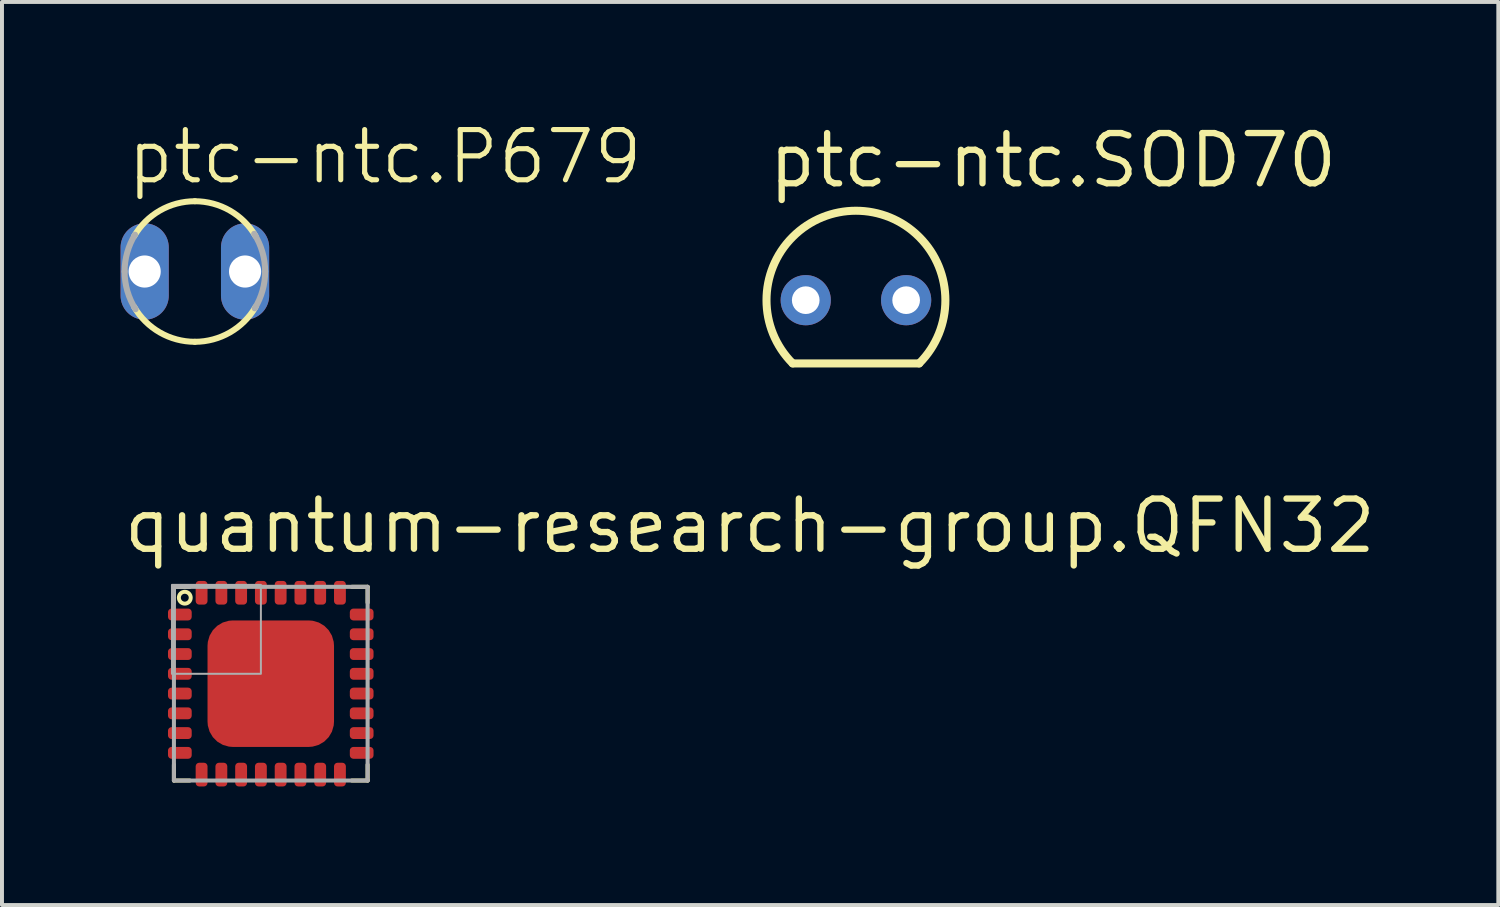
<source format=kicad_pcb>
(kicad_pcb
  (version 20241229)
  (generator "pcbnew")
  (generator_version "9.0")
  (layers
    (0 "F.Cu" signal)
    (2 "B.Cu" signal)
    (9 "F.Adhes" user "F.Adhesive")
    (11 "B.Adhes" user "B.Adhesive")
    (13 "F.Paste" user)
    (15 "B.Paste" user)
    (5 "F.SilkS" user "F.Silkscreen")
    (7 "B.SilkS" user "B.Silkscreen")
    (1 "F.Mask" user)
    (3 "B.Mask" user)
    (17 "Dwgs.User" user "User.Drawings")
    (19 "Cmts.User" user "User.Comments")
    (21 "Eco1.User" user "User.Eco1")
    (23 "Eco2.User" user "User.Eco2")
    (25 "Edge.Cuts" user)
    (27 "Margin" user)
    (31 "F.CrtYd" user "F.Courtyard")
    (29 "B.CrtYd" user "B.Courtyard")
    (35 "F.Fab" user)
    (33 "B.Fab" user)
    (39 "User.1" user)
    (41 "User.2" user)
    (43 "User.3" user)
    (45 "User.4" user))
  (footprint "ptc-ntc.SOD70"
    (layer "F.Cu")
    (at 18.604 4.544)
    (property "Reference" "ptc-ntc.SOD70" (at -2.286 -2.794 0) (layer "F.SilkS") (effects (font (size 1.27 1.27) (thickness 0.16)) (justify left bottom)))
    (attr through_hole)
    (fp_line (start -1.6 1.6) (end 1.6 1.6) (stroke (width 0.203) (type default)) (layer "F.SilkS"))
    (fp_arc (start -1.6 1.6) (mid 0 -2.262743) (end 1.6 1.6) (stroke (width 0.2032) (type default)) (layer "F.SilkS"))
    (pad "1" thru_hole circle (at -1.27 0) (size 1.27 1.27) (drill 0.7) (layers "*.Cu" "*.Mask"))
    (pad "2" thru_hole circle (at 1.27 0) (size 1.27 1.27) (drill 0.7) (layers "*.Cu" "*.Mask")))
  (footprint "ptc-ntc.P679"
    (layer "F.Cu")
    (at 1.88 3.819)
    (property "Reference" "ptc-ntc.P679" (at -1.778 -2.159 0) (layer "F.SilkS") (effects (font (size 1.27 1.27) (thickness 0.13)) (justify left bottom)))
    (attr through_hole)
    (fp_arc (start -1.5358 -0.8959) (mid -0.88555 -1.541787) (end 0 -1.778) (stroke (width 0.1524) (type default)) (layer "F.SilkS"))
    (fp_arc (start 0 -1.778) (mid 0.88555 -1.541787) (end 1.5358 -0.8959) (stroke (width 0.1524) (type default)) (layer "F.SilkS"))
    (fp_arc (start 0 1.778) (mid -0.88555 1.541787) (end -1.5358 0.8959) (stroke (width 0.1524) (type default)) (layer "F.SilkS"))
    (fp_arc (start 1.5358 0.8959) (mid 0.88555 1.541787) (end 0 1.778) (stroke (width 0.1524) (type default)) (layer "F.SilkS"))
    (fp_arc (start -1.778 0) (mid -1.710762 -0.484206) (end -1.5142 -0.9318) (stroke (width 0.1524) (type default)) (layer "F.Fab"))
    (fp_arc (start -1.5 0.9546) (mid -1.707084 0.497128) (end -1.778 0) (stroke (width 0.1524) (type default)) (layer "F.Fab"))
    (fp_arc (start 1.5 -0.9546) (mid 1.707084 -0.497128) (end 1.778 0) (stroke (width 0.1524) (type default)) (layer "F.Fab"))
    (fp_arc (start 1.778 0) (mid 1.710762 0.484206) (end 1.5142 0.9318) (stroke (width 0.1524) (type default)) (layer "F.Fab"))
    (pad "1" thru_hole oval (at -1.27 0 90) (size 2.438 1.219) (drill 0.813) (layers "*.Cu" "*.Mask"))
    (pad "2" thru_hole oval (at 1.27 0 90) (size 2.438 1.219) (drill 0.813) (layers "*.Cu" "*.Mask")))
  (footprint "quantum-research-group.QFN32"
    (layer "F.Cu")
    (at 3.8 14.246)
    (property "Reference" "quantum-research-group.QFN32" (at -3.8 -3.25 0) (layer "F.SilkS") (effects (font (size 1.27 1.27) (thickness 0.16)) (justify left bottom)))
    (attr smd)
    (fp_poly (pts (xy -2.55 -1.35) (xy -2.05 -1.35) (xy -2.05 -1.15) (xy -2.55 -1.15)) (stroke (width 0.102) (type default)) (fill yes) (layer "F.Mask"))
    (fp_poly (pts (xy -2.55 -0.85) (xy -2.05 -0.85) (xy -2.05 -0.65) (xy -2.55 -0.65)) (stroke (width 0.102) (type default)) (fill yes) (layer "F.Mask"))
    (fp_poly (pts (xy -2.55 -0.35) (xy -2.05 -0.35) (xy -2.05 -0.15) (xy -2.55 -0.15)) (stroke (width 0.102) (type default)) (fill yes) (layer "F.Mask"))
    (fp_poly (pts (xy -2.55 0.15) (xy -2.05 0.15) (xy -2.05 0.35) (xy -2.55 0.35)) (stroke (width 0.102) (type default)) (fill yes) (layer "F.Mask"))
    (fp_poly (pts (xy -2.55 0.65) (xy -2.05 0.65) (xy -2.05 0.85) (xy -2.55 0.85)) (stroke (width 0.102) (type default)) (fill yes) (layer "F.Mask"))
    (fp_poly (pts (xy -2.55 1.15) (xy -2.05 1.15) (xy -2.05 1.35) (xy -2.55 1.35)) (stroke (width 0.102) (type default)) (fill yes) (layer "F.Mask"))
    (fp_poly (pts (xy -1.35 2.55) (xy -1.35 2.05) (xy -1.15 2.05) (xy -1.15 2.55)) (stroke (width 0.102) (type default)) (fill yes) (layer "F.Mask"))
    (fp_poly (pts (xy -1.15 -2.55) (xy -1.15 -2.05) (xy -1.35 -2.05) (xy -1.35 -2.55)) (stroke (width 0.102) (type default)) (fill yes) (layer "F.Mask"))
    (fp_poly (pts (xy -0.85 2.55) (xy -0.85 2.05) (xy -0.65 2.05) (xy -0.65 2.55)) (stroke (width 0.102) (type default)) (fill yes) (layer "F.Mask"))
    (fp_poly (pts (xy -0.65 -2.55) (xy -0.65 -2.05) (xy -0.85 -2.05) (xy -0.85 -2.55)) (stroke (width 0.102) (type default)) (fill yes) (layer "F.Mask"))
    (fp_poly (pts (xy -0.35 2.55) (xy -0.35 2.05) (xy -0.15 2.05) (xy -0.15 2.55)) (stroke (width 0.102) (type default)) (fill yes) (layer "F.Mask"))
    (fp_poly (pts (xy -0.15 -2.55) (xy -0.15 -2.05) (xy -0.35 -2.05) (xy -0.35 -2.55)) (stroke (width 0.102) (type default)) (fill yes) (layer "F.Mask"))
    (fp_poly (pts (xy 0.15 2.55) (xy 0.15 2.05) (xy 0.35 2.05) (xy 0.35 2.55)) (stroke (width 0.102) (type default)) (fill yes) (layer "F.Mask"))
    (fp_poly (pts (xy 0.35 -2.55) (xy 0.35 -2.05) (xy 0.15 -2.05) (xy 0.15 -2.55)) (stroke (width 0.102) (type default)) (fill yes) (layer "F.Mask"))
    (fp_poly (pts (xy 0.65 2.55) (xy 0.65 2.05) (xy 0.85 2.05) (xy 0.85 2.55)) (stroke (width 0.102) (type default)) (fill yes) (layer "F.Mask"))
    (fp_poly (pts (xy 0.85 -2.55) (xy 0.85 -2.05) (xy 0.65 -2.05) (xy 0.65 -2.55)) (stroke (width 0.102) (type default)) (fill yes) (layer "F.Mask"))
    (fp_poly (pts (xy 1.15 2.55) (xy 1.15 2.05) (xy 1.35 2.05) (xy 1.35 2.55)) (stroke (width 0.102) (type default)) (fill yes) (layer "F.Mask"))
    (fp_poly (pts (xy 1.35 -2.55) (xy 1.35 -2.05) (xy 1.15 -2.05) (xy 1.15 -2.55)) (stroke (width 0.102) (type default)) (fill yes) (layer "F.Mask"))
    (fp_poly (pts (xy 2.55 -1.15) (xy 2.05 -1.15) (xy 2.05 -1.35) (xy 2.55 -1.35)) (stroke (width 0.102) (type default)) (fill yes) (layer "F.Mask"))
    (fp_poly (pts (xy 2.55 -0.65) (xy 2.05 -0.65) (xy 2.05 -0.85) (xy 2.55 -0.85)) (stroke (width 0.102) (type default)) (fill yes) (layer "F.Mask"))
    (fp_poly (pts (xy 2.55 -0.15) (xy 2.05 -0.15) (xy 2.05 -0.35) (xy 2.55 -0.35)) (stroke (width 0.102) (type default)) (fill yes) (layer "F.Mask"))
    (fp_poly (pts (xy 2.55 0.35) (xy 2.05 0.35) (xy 2.05 0.15) (xy 2.55 0.15)) (stroke (width 0.102) (type default)) (fill yes) (layer "F.Mask"))
    (fp_poly (pts (xy 2.55 0.85) (xy 2.05 0.85) (xy 2.05 0.65) (xy 2.55 0.65)) (stroke (width 0.102) (type default)) (fill yes) (layer "F.Mask"))
    (fp_poly (pts (xy 2.55 1.35) (xy 2.05 1.35) (xy 2.05 1.15) (xy 2.55 1.15)) (stroke (width 0.102) (type default)) (fill yes) (layer "F.Mask"))
    (fp_poly (pts (xy -2.55 -1.85) (xy -2.1 -1.85) (xy -2.05 -1.8) (xy -2.05 -1.65) (xy -2.55 -1.65)) (stroke (width 0.102) (type default)) (fill yes) (layer "F.Mask"))
    (fp_poly (pts (xy -2.55 1.85) (xy -2.1 1.85) (xy -2.05 1.8) (xy -2.05 1.65) (xy -2.55 1.65)) (stroke (width 0.102) (type default)) (fill yes) (layer "F.Mask"))
    (fp_poly (pts (xy -1.85 -2.55) (xy -1.85 -2.1) (xy -1.8 -2.05) (xy -1.65 -2.05) (xy -1.65 -2.55)) (stroke (width 0.102) (type default)) (fill yes) (layer "F.Mask"))
    (fp_poly (pts (xy -1.85 2.55) (xy -1.85 2.1) (xy -1.8 2.05) (xy -1.65 2.05) (xy -1.65 2.55)) (stroke (width 0.102) (type default)) (fill yes) (layer "F.Mask"))
    (fp_poly (pts (xy -1.325 -1.175) (xy -1.175 -1.325) (xy 1.325 -1.325) (xy 1.325 1.325) (xy -1.325 1.325)) (stroke (width 0.5) (type default)) (fill yes) (layer "F.Mask"))
    (fp_poly (pts (xy 1.85 -2.55) (xy 1.85 -2.1) (xy 1.8 -2.05) (xy 1.65 -2.05) (xy 1.65 -2.55)) (stroke (width 0.102) (type default)) (fill yes) (layer "F.Mask"))
    (fp_poly (pts (xy 1.85 2.55) (xy 1.85 2.1) (xy 1.8 2.05) (xy 1.65 2.05) (xy 1.65 2.55)) (stroke (width 0.102) (type default)) (fill yes) (layer "F.Mask"))
    (fp_poly (pts (xy 2.55 -1.85) (xy 2.1 -1.85) (xy 2.05 -1.8) (xy 2.05 -1.65) (xy 2.55 -1.65)) (stroke (width 0.102) (type default)) (fill yes) (layer "F.Mask"))
    (fp_poly (pts (xy 2.55 1.85) (xy 2.1 1.85) (xy 2.05 1.8) (xy 2.05 1.65) (xy 2.55 1.65)) (stroke (width 0.102) (type default)) (fill yes) (layer "F.Mask"))
    (fp_line (start -2.45 -2.45) (end -2.05 -2.45) (stroke (width 0.102) (type default)) (layer "F.SilkS"))
    (fp_line (start -2.45 -2.05) (end -2.45 -2.45) (stroke (width 0.102) (type default)) (layer "F.SilkS"))
    (fp_line (start -2.45 2.45) (end -2.45 2.05) (stroke (width 0.102) (type default)) (layer "F.SilkS"))
    (fp_line (start -2.05 2.45) (end -2.45 2.45) (stroke (width 0.102) (type default)) (layer "F.SilkS"))
    (fp_line (start 2.05 -2.45) (end 2.45 -2.45) (stroke (width 0.102) (type default)) (layer "F.SilkS"))
    (fp_line (start 2.45 -2.45) (end 2.45 -2.05) (stroke (width 0.102) (type default)) (layer "F.SilkS"))
    (fp_line (start 2.45 2.05) (end 2.45 2.45) (stroke (width 0.102) (type default)) (layer "F.SilkS"))
    (fp_line (start 2.45 2.45) (end 2.05 2.45) (stroke (width 0.102) (type default)) (layer "F.SilkS"))
    (fp_circle (center -2.175 -2.175) (end -2.025 -2.175) (stroke (width 0.1) (type default)) (fill no) (layer "F.SilkS"))
    (fp_rect (start -1.3 -1.1) (end -0.7 -1.4) (stroke (width 0.05) (type default)) (fill yes) (layer "F.Paste"))
    (fp_rect (start -1.3 -0.6) (end -0.7 -0.9) (stroke (width 0.05) (type default)) (fill yes) (layer "F.Paste"))
    (fp_rect (start -1.3 -0.1) (end -0.7 -0.4) (stroke (width 0.05) (type default)) (fill yes) (layer "F.Paste"))
    (fp_rect (start -1.3 0.4) (end -0.7 0.1) (stroke (width 0.05) (type default)) (fill yes) (layer "F.Paste"))
    (fp_rect (start -1.3 0.9) (end -0.7 0.6) (stroke (width 0.05) (type default)) (fill yes) (layer "F.Paste"))
    (fp_rect (start -1.3 1.4) (end -0.7 1.1) (stroke (width 0.05) (type default)) (fill yes) (layer "F.Paste"))
    (fp_rect (start -0.3 -1.1) (end 0.3 -1.4) (stroke (width 0.05) (type default)) (fill yes) (layer "F.Paste"))
    (fp_rect (start -0.3 -0.6) (end 0.3 -0.9) (stroke (width 0.05) (type default)) (fill yes) (layer "F.Paste"))
    (fp_rect (start -0.3 -0.1) (end 0.3 -0.4) (stroke (width 0.05) (type default)) (fill yes) (layer "F.Paste"))
    (fp_rect (start -0.3 0.4) (end 0.3 0.1) (stroke (width 0.05) (type default)) (fill yes) (layer "F.Paste"))
    (fp_rect (start -0.3 0.9) (end 0.3 0.6) (stroke (width 0.05) (type default)) (fill yes) (layer "F.Paste"))
    (fp_rect (start -0.3 1.4) (end 0.3 1.1) (stroke (width 0.05) (type default)) (fill yes) (layer "F.Paste"))
    (fp_rect (start 0.7 -1.1) (end 1.3 -1.4) (stroke (width 0.05) (type default)) (fill yes) (layer "F.Paste"))
    (fp_rect (start 0.7 -0.6) (end 1.3 -0.9) (stroke (width 0.05) (type default)) (fill yes) (layer "F.Paste"))
    (fp_rect (start 0.7 -0.1) (end 1.3 -0.4) (stroke (width 0.05) (type default)) (fill yes) (layer "F.Paste"))
    (fp_rect (start 0.7 0.4) (end 1.3 0.1) (stroke (width 0.05) (type default)) (fill yes) (layer "F.Paste"))
    (fp_rect (start 0.7 0.9) (end 1.3 0.6) (stroke (width 0.05) (type default)) (fill yes) (layer "F.Paste"))
    (fp_rect (start 0.7 1.4) (end 1.3 1.1) (stroke (width 0.05) (type default)) (fill yes) (layer "F.Paste"))
    (fp_poly (pts (xy -2.525 -1.325) (xy -2.075 -1.325) (xy -2.075 -1.175) (xy -2.525 -1.175)) (stroke (width 0.102) (type default)) (fill yes) (layer "F.Paste"))
    (fp_poly (pts (xy -2.525 -0.825) (xy -2.075 -0.825) (xy -2.075 -0.675) (xy -2.525 -0.675)) (stroke (width 0.102) (type default)) (fill yes) (layer "F.Paste"))
    (fp_poly (pts (xy -2.525 -0.325) (xy -2.075 -0.325) (xy -2.075 -0.175) (xy -2.525 -0.175)) (stroke (width 0.102) (type default)) (fill yes) (layer "F.Paste"))
    (fp_poly (pts (xy -2.525 0.175) (xy -2.075 0.175) (xy -2.075 0.325) (xy -2.525 0.325)) (stroke (width 0.102) (type default)) (fill yes) (layer "F.Paste"))
    (fp_poly (pts (xy -2.525 0.675) (xy -2.075 0.675) (xy -2.075 0.825) (xy -2.525 0.825)) (stroke (width 0.102) (type default)) (fill yes) (layer "F.Paste"))
    (fp_poly (pts (xy -2.525 1.175) (xy -2.075 1.175) (xy -2.075 1.325) (xy -2.525 1.325)) (stroke (width 0.102) (type default)) (fill yes) (layer "F.Paste"))
    (fp_poly (pts (xy -1.325 2.525) (xy -1.325 2.075) (xy -1.175 2.075) (xy -1.175 2.525)) (stroke (width 0.102) (type default)) (fill yes) (layer "F.Paste"))
    (fp_poly (pts (xy -1.175 -2.525) (xy -1.175 -2.075) (xy -1.325 -2.075) (xy -1.325 -2.525)) (stroke (width 0.102) (type default)) (fill yes) (layer "F.Paste"))
    (fp_poly (pts (xy -0.825 2.525) (xy -0.825 2.075) (xy -0.675 2.075) (xy -0.675 2.525)) (stroke (width 0.102) (type default)) (fill yes) (layer "F.Paste"))
    (fp_poly (pts (xy -0.675 -2.525) (xy -0.675 -2.075) (xy -0.825 -2.075) (xy -0.825 -2.525)) (stroke (width 0.102) (type default)) (fill yes) (layer "F.Paste"))
    (fp_poly (pts (xy -0.325 2.525) (xy -0.325 2.075) (xy -0.175 2.075) (xy -0.175 2.525)) (stroke (width 0.102) (type default)) (fill yes) (layer "F.Paste"))
    (fp_poly (pts (xy -0.175 -2.525) (xy -0.175 -2.075) (xy -0.325 -2.075) (xy -0.325 -2.525)) (stroke (width 0.102) (type default)) (fill yes) (layer "F.Paste"))
    (fp_poly (pts (xy 0.175 2.525) (xy 0.175 2.075) (xy 0.325 2.075) (xy 0.325 2.525)) (stroke (width 0.102) (type default)) (fill yes) (layer "F.Paste"))
    (fp_poly (pts (xy 0.325 -2.525) (xy 0.325 -2.075) (xy 0.175 -2.075) (xy 0.175 -2.525)) (stroke (width 0.102) (type default)) (fill yes) (layer "F.Paste"))
    (fp_poly (pts (xy 0.675 2.525) (xy 0.675 2.075) (xy 0.825 2.075) (xy 0.825 2.525)) (stroke (width 0.102) (type default)) (fill yes) (layer "F.Paste"))
    (fp_poly (pts (xy 0.825 -2.525) (xy 0.825 -2.075) (xy 0.675 -2.075) (xy 0.675 -2.525)) (stroke (width 0.102) (type default)) (fill yes) (layer "F.Paste"))
    (fp_poly (pts (xy 1.175 2.525) (xy 1.175 2.075) (xy 1.325 2.075) (xy 1.325 2.525)) (stroke (width 0.102) (type default)) (fill yes) (layer "F.Paste"))
    (fp_poly (pts (xy 1.325 -2.525) (xy 1.325 -2.075) (xy 1.175 -2.075) (xy 1.175 -2.525)) (stroke (width 0.102) (type default)) (fill yes) (layer "F.Paste"))
    (fp_poly (pts (xy 2.525 -1.175) (xy 2.075 -1.175) (xy 2.075 -1.325) (xy 2.525 -1.325)) (stroke (width 0.102) (type default)) (fill yes) (layer "F.Paste"))
    (fp_poly (pts (xy 2.525 -0.675) (xy 2.075 -0.675) (xy 2.075 -0.825) (xy 2.525 -0.825)) (stroke (width 0.102) (type default)) (fill yes) (layer "F.Paste"))
    (fp_poly (pts (xy 2.525 -0.175) (xy 2.075 -0.175) (xy 2.075 -0.325) (xy 2.525 -0.325)) (stroke (width 0.102) (type default)) (fill yes) (layer "F.Paste"))
    (fp_poly (pts (xy 2.525 0.325) (xy 2.075 0.325) (xy 2.075 0.175) (xy 2.525 0.175)) (stroke (width 0.102) (type default)) (fill yes) (layer "F.Paste"))
    (fp_poly (pts (xy 2.525 0.825) (xy 2.075 0.825) (xy 2.075 0.675) (xy 2.525 0.675)) (stroke (width 0.102) (type default)) (fill yes) (layer "F.Paste"))
    (fp_poly (pts (xy 2.525 1.325) (xy 2.075 1.325) (xy 2.075 1.175) (xy 2.525 1.175)) (stroke (width 0.102) (type default)) (fill yes) (layer "F.Paste"))
    (fp_poly (pts (xy -2.525 -1.825) (xy -2.125 -1.825) (xy -2.075 -1.775) (xy -2.075 -1.675) (xy -2.525 -1.675)) (stroke (width 0.102) (type default)) (fill yes) (layer "F.Paste"))
    (fp_poly (pts (xy -2.525 1.825) (xy -2.125 1.825) (xy -2.075 1.775) (xy -2.075 1.675) (xy -2.525 1.675)) (stroke (width 0.102) (type default)) (fill yes) (layer "F.Paste"))
    (fp_poly (pts (xy -1.825 -2.525) (xy -1.825 -2.125) (xy -1.775 -2.075) (xy -1.675 -2.075) (xy -1.675 -2.525)) (stroke (width 0.102) (type default)) (fill yes) (layer "F.Paste"))
    (fp_poly (pts (xy -1.825 2.525) (xy -1.825 2.125) (xy -1.775 2.075) (xy -1.675 2.075) (xy -1.675 2.525)) (stroke (width 0.102) (type default)) (fill yes) (layer "F.Paste"))
    (fp_poly (pts (xy 1.825 -2.525) (xy 1.825 -2.125) (xy 1.775 -2.075) (xy 1.675 -2.075) (xy 1.675 -2.525)) (stroke (width 0.102) (type default)) (fill yes) (layer "F.Paste"))
    (fp_poly (pts (xy 1.825 2.525) (xy 1.825 2.125) (xy 1.775 2.075) (xy 1.675 2.075) (xy 1.675 2.525)) (stroke (width 0.102) (type default)) (fill yes) (layer "F.Paste"))
    (fp_poly (pts (xy 2.525 -1.825) (xy 2.125 -1.825) (xy 2.075 -1.775) (xy 2.075 -1.675) (xy 2.525 -1.675)) (stroke (width 0.102) (type default)) (fill yes) (layer "F.Paste"))
    (fp_poly (pts (xy 2.525 1.825) (xy 2.125 1.825) (xy 2.075 1.775) (xy 2.075 1.675) (xy 2.525 1.675)) (stroke (width 0.102) (type default)) (fill yes) (layer "F.Paste"))
    (fp_line (start -2.45 -2.45) (end 2.45 -2.45) (stroke (width 0.102) (type default)) (layer "F.Fab"))
    (fp_line (start -2.45 2.45) (end -2.45 -2.45) (stroke (width 0.102) (type default)) (layer "F.Fab"))
    (fp_line (start 2.45 -2.45) (end 2.45 2.45) (stroke (width 0.102) (type default)) (layer "F.Fab"))
    (fp_line (start 2.45 2.45) (end -2.45 2.45) (stroke (width 0.102) (type default)) (layer "F.Fab"))
    (fp_rect (start -2.5 -0.25) (end -0.25 -2.5) (stroke (width 0.05) (type default)) (fill no) (layer "F.Fab"))
    (pad "1" smd roundrect (at -2.3 -1.75) (size 0.6 0.3) (layers "F.Cu" "F.Mask" "F.Paste") (roundrect_rratio 0.3))
    (pad "2" smd roundrect (at -2.3 -1.25) (size 0.6 0.3) (layers "F.Cu" "F.Mask" "F.Paste") (roundrect_rratio 0.3))
    (pad "3" smd roundrect (at -2.3 -0.75) (size 0.6 0.3) (layers "F.Cu" "F.Mask" "F.Paste") (roundrect_rratio 0.3))
    (pad "4" smd roundrect (at -2.3 -0.25) (size 0.6 0.3) (layers "F.Cu" "F.Mask" "F.Paste") (roundrect_rratio 0.3))
    (pad "5" smd roundrect (at -2.3 0.25) (size 0.6 0.3) (layers "F.Cu" "F.Mask" "F.Paste") (roundrect_rratio 0.3))
    (pad "6" smd roundrect (at -2.3 0.75) (size 0.6 0.3) (layers "F.Cu" "F.Mask" "F.Paste") (roundrect_rratio 0.3))
    (pad "7" smd roundrect (at -2.3 1.25) (size 0.6 0.3) (layers "F.Cu" "F.Mask" "F.Paste") (roundrect_rratio 0.3))
    (pad "8" smd roundrect (at -2.3 1.75) (size 0.6 0.3) (layers "F.Cu" "F.Mask" "F.Paste") (roundrect_rratio 0.3))
    (pad "9" smd roundrect (at -1.75 2.3 90) (size 0.6 0.3) (layers "F.Cu" "F.Mask" "F.Paste") (roundrect_rratio 0.3))
    (pad "10" smd roundrect (at -1.25 2.3 90) (size 0.6 0.3) (layers "F.Cu" "F.Mask" "F.Paste") (roundrect_rratio 0.3))
    (pad "11" smd roundrect (at -0.75 2.3 90) (size 0.6 0.3) (layers "F.Cu" "F.Mask" "F.Paste") (roundrect_rratio 0.3))
    (pad "12" smd roundrect (at -0.25 2.3 90) (size 0.6 0.3) (layers "F.Cu" "F.Mask" "F.Paste") (roundrect_rratio 0.3))
    (pad "13" smd roundrect (at 0.25 2.3 90) (size 0.6 0.3) (layers "F.Cu" "F.Mask" "F.Paste") (roundrect_rratio 0.3))
    (pad "14" smd roundrect (at 0.75 2.3 90) (size 0.6 0.3) (layers "F.Cu" "F.Mask" "F.Paste") (roundrect_rratio 0.3))
    (pad "15" smd roundrect (at 1.25 2.3 90) (size 0.6 0.3) (layers "F.Cu" "F.Mask" "F.Paste") (roundrect_rratio 0.3))
    (pad "16" smd roundrect (at 1.75 2.3 90) (size 0.6 0.3) (layers "F.Cu" "F.Mask" "F.Paste") (roundrect_rratio 0.3))
    (pad "17" smd roundrect (at 2.3 1.75 180) (size 0.6 0.3) (layers "F.Cu" "F.Mask" "F.Paste") (roundrect_rratio 0.3))
    (pad "18" smd roundrect (at 2.3 1.25 180) (size 0.6 0.3) (layers "F.Cu" "F.Mask" "F.Paste") (roundrect_rratio 0.3))
    (pad "19" smd roundrect (at 2.3 0.75 180) (size 0.6 0.3) (layers "F.Cu" "F.Mask" "F.Paste") (roundrect_rratio 0.3))
    (pad "20" smd roundrect (at 2.3 0.25 180) (size 0.6 0.3) (layers "F.Cu" "F.Mask" "F.Paste") (roundrect_rratio 0.3))
    (pad "21" smd roundrect (at 2.3 -0.25 180) (size 0.6 0.3) (layers "F.Cu" "F.Mask" "F.Paste") (roundrect_rratio 0.3))
    (pad "22" smd roundrect (at 2.3 -0.75 180) (size 0.6 0.3) (layers "F.Cu" "F.Mask" "F.Paste") (roundrect_rratio 0.3))
    (pad "23" smd roundrect (at 2.3 -1.25 180) (size 0.6 0.3) (layers "F.Cu" "F.Mask" "F.Paste") (roundrect_rratio 0.3))
    (pad "24" smd roundrect (at 2.3 -1.75 180) (size 0.6 0.3) (layers "F.Cu" "F.Mask" "F.Paste") (roundrect_rratio 0.3))
    (pad "25" smd roundrect (at 1.75 -2.3 270) (size 0.6 0.3) (layers "F.Cu" "F.Mask" "F.Paste") (roundrect_rratio 0.3))
    (pad "26" smd roundrect (at 1.25 -2.3 270) (size 0.6 0.3) (layers "F.Cu" "F.Mask" "F.Paste") (roundrect_rratio 0.3))
    (pad "27" smd roundrect (at 0.75 -2.3 270) (size 0.6 0.3) (layers "F.Cu" "F.Mask" "F.Paste") (roundrect_rratio 0.3))
    (pad "28" smd roundrect (at 0.25 -2.3 270) (size 0.6 0.3) (layers "F.Cu" "F.Mask" "F.Paste") (roundrect_rratio 0.3))
    (pad "29" smd roundrect (at -0.25 -2.3 270) (size 0.6 0.3) (layers "F.Cu" "F.Mask" "F.Paste") (roundrect_rratio 0.3))
    (pad "30" smd roundrect (at -0.75 -2.3 270) (size 0.6 0.3) (layers "F.Cu" "F.Mask" "F.Paste") (roundrect_rratio 0.3))
    (pad "31" smd roundrect (at -1.25 -2.3 270) (size 0.6 0.3) (layers "F.Cu" "F.Mask" "F.Paste") (roundrect_rratio 0.3))
    (pad "32" smd roundrect (at -1.75 -2.3 270) (size 0.6 0.3) (layers "F.Cu" "F.Mask" "F.Paste") (roundrect_rratio 0.3))
    (pad "EXP" smd roundrect (at 0 0) (size 3.2 3.2) (layers "F.Cu" "F.Mask" "F.Paste") (roundrect_rratio 0.2)))
  (gr_rect
    (start -3 -3)
    (end 34.855 19.846)
    (stroke (width 0.1) (type default))
    (fill no)
    (layer "Edge.Cuts")))
</source>
